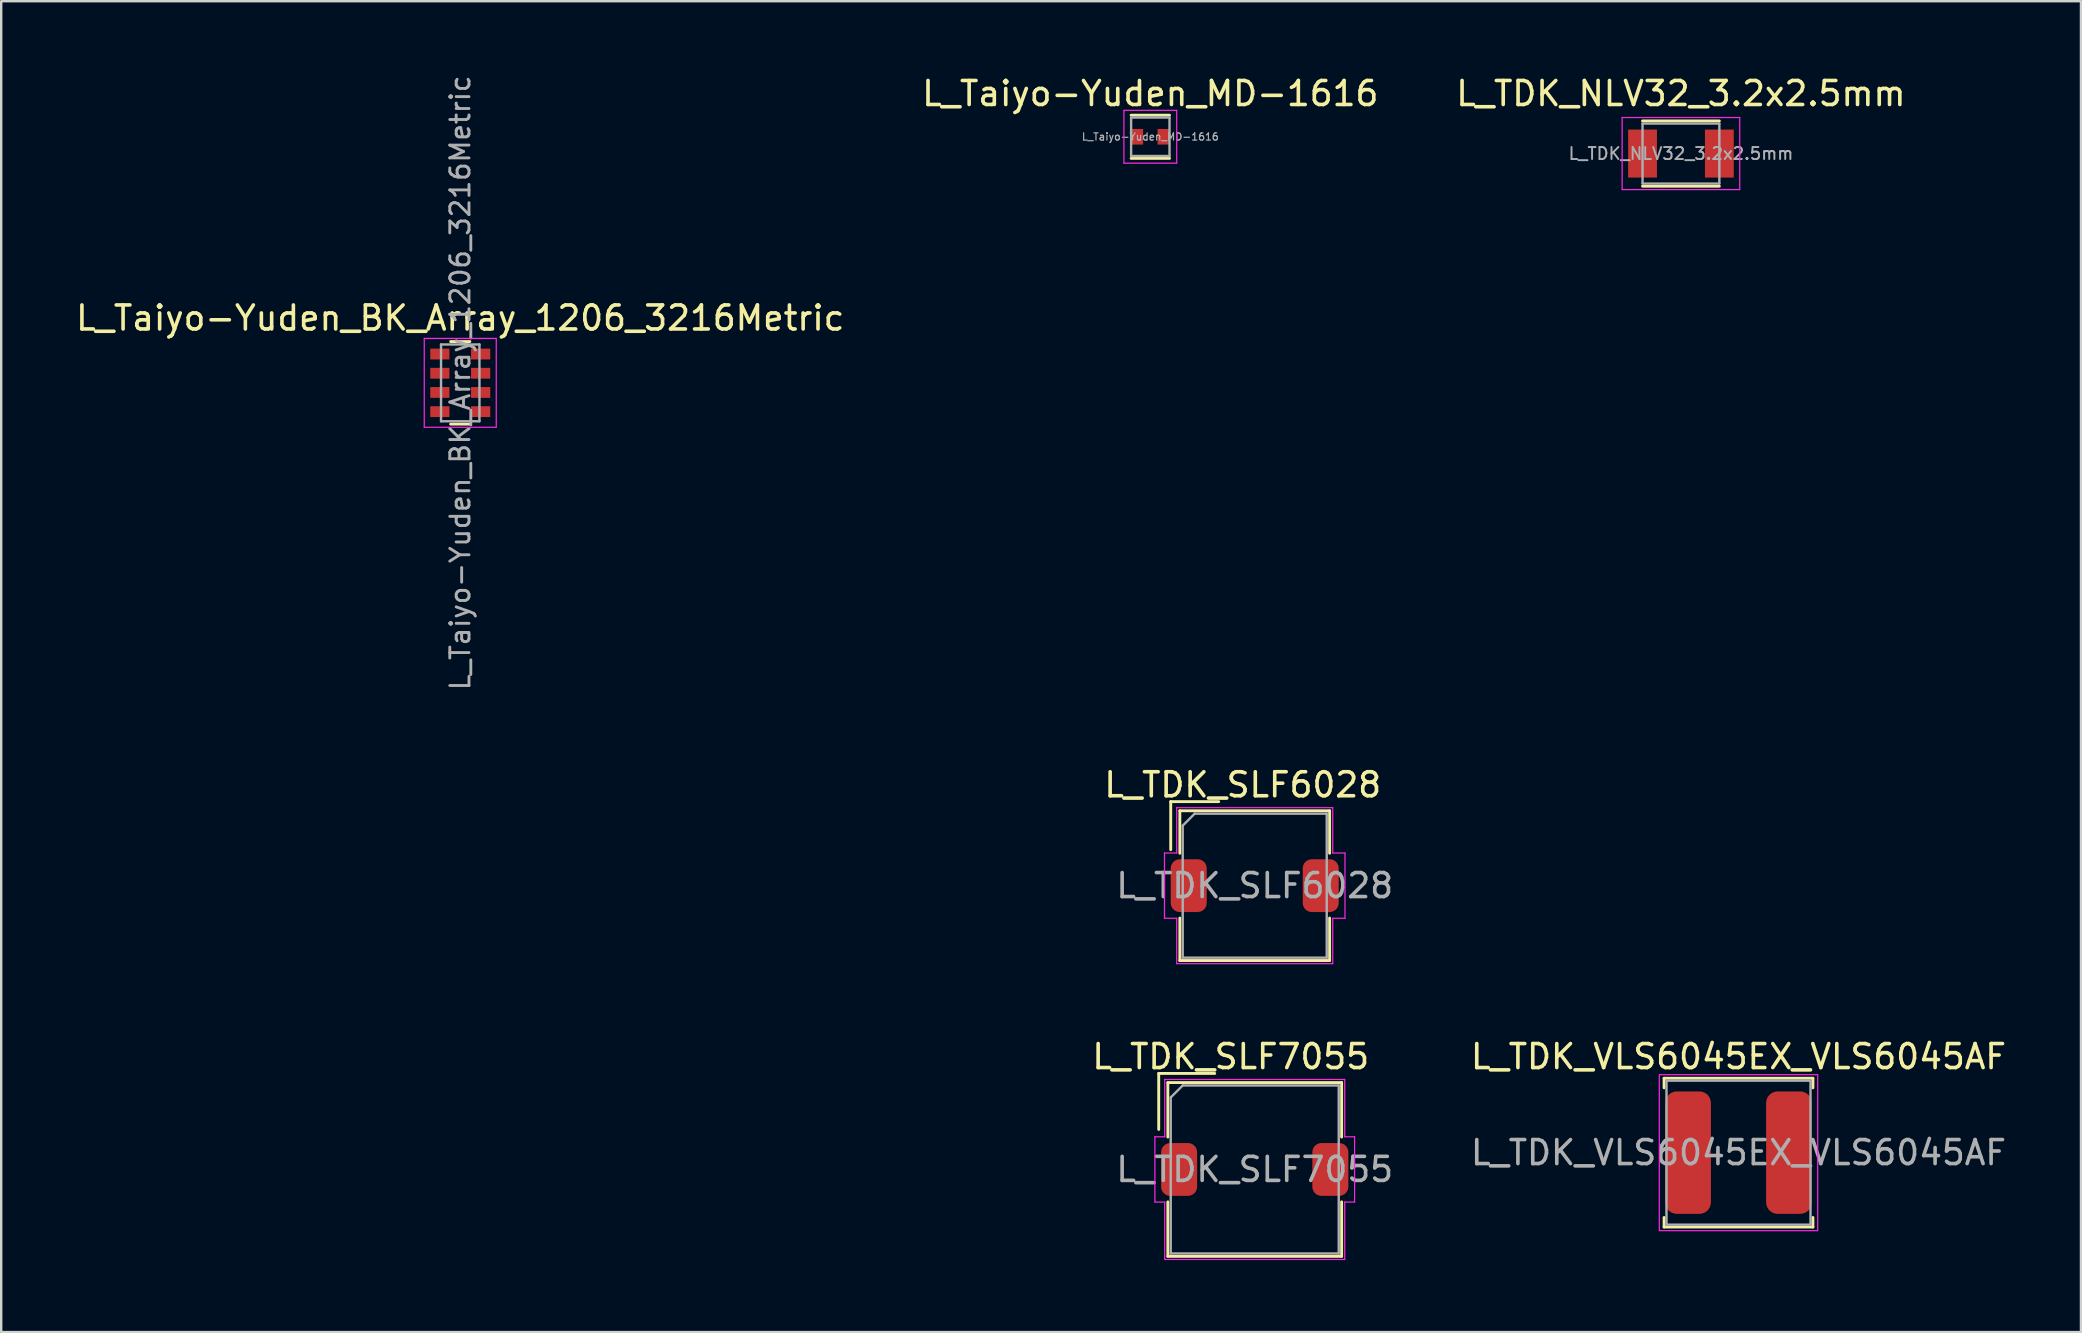
<source format=kicad_pcb>
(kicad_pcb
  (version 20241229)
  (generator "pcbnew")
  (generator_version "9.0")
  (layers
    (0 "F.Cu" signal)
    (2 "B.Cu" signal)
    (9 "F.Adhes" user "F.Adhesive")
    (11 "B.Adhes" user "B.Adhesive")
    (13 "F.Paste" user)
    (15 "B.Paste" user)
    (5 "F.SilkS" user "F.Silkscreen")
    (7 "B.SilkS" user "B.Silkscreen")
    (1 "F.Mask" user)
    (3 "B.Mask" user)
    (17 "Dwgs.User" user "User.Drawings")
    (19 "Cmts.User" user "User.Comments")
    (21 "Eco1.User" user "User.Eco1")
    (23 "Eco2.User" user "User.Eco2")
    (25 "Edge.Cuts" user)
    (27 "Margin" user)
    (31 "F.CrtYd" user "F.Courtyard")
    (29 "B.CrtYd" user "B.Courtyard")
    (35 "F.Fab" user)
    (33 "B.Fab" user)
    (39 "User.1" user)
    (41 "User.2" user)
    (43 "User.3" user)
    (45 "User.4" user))
  (footprint "L_TDK_NLV32_3.2x2.5mm"
    (layer "F.Cu")
    (at 66.982 3.348)
    (property "Reference" "L_TDK_NLV32_3.2x2.5mm" (at 0 -2.5 0) (layer "F.SilkS") (effects (font (size 1 1) (thickness 0.15))))
    (attr smd)
    (fp_line (start -1.6 -1.36) (end 1.6 -1.36) (stroke (width 0.12) (type solid)) (layer "F.SilkS"))
    (fp_line (start 1.6 1.36) (end -1.6 1.36) (stroke (width 0.12) (type solid)) (layer "F.SilkS"))
    (fp_line (start -2.45 -1.5) (end 2.45 -1.5) (stroke (width 0.05) (type solid)) (layer "F.CrtYd"))
    (fp_line (start -2.45 1.5) (end -2.45 -1.5) (stroke (width 0.05) (type solid)) (layer "F.CrtYd"))
    (fp_line (start 2.45 -1.5) (end 2.45 1.5) (stroke (width 0.05) (type solid)) (layer "F.CrtYd"))
    (fp_line (start 2.45 1.5) (end -2.45 1.5) (stroke (width 0.05) (type solid)) (layer "F.CrtYd"))
    (fp_line (start -1.6 -1.25) (end 1.6 -1.25) (stroke (width 0.1) (type solid)) (layer "F.Fab"))
    (fp_line (start -1.6 1.25) (end -1.6 -1.25) (stroke (width 0.1) (type solid)) (layer "F.Fab"))
    (fp_line (start 1.6 -1.25) (end 1.6 1.25) (stroke (width 0.1) (type solid)) (layer "F.Fab"))
    (fp_line (start 1.6 1.25) (end -1.6 1.25) (stroke (width 0.1) (type solid)) (layer "F.Fab"))
    (fp_text user "${REFERENCE}" (at 0 0 0) (layer "F.Fab") (effects (font (size 0.5 0.5) (thickness 0.08))))
    (pad "1" smd rect (at -1.6 0) (size 1.2 2) (layers "F.Cu" "F.Mask" "F.Paste"))
    (pad "2" smd rect (at 1.6 0) (size 1.2 2) (layers "F.Cu" "F.Mask" "F.Paste")))
  (footprint "L_TDK_SLF7055"
    (layer "F.Cu")
    (at 49.225 45.672)
    (property "Reference" "L_TDK_SLF7055" (at -1 -4.7 0) (layer "F.SilkS") (effects (font (size 1 1) (thickness 0.15))))
    (attr smd)
    (fp_line (start -4 -4) (end -1.667 -4) (stroke (width 0.12) (type solid)) (layer "F.SilkS"))
    (fp_line (start -4 -1.667) (end -4 -4) (stroke (width 0.12) (type solid)) (layer "F.SilkS"))
    (fp_line (start -3.62 -3.62) (end -3.62 -1.35) (stroke (width 0.12) (type solid)) (layer "F.SilkS"))
    (fp_line (start -3.62 -3.62) (end 3.62 -3.62) (stroke (width 0.12) (type solid)) (layer "F.SilkS"))
    (fp_line (start -3.62 1.35) (end -3.62 3.62) (stroke (width 0.12) (type solid)) (layer "F.SilkS"))
    (fp_line (start -3.62 3.62) (end 3.62 3.62) (stroke (width 0.12) (type solid)) (layer "F.SilkS"))
    (fp_line (start 3.62 -3.62) (end 3.62 -1.35) (stroke (width 0.12) (type solid)) (layer "F.SilkS"))
    (fp_line (start 3.62 1.35) (end 3.62 3.62) (stroke (width 0.12) (type solid)) (layer "F.SilkS"))
    (fp_line (start -4.16 -1.36) (end -4.16 1.36) (stroke (width 0.05) (type solid)) (layer "F.CrtYd"))
    (fp_line (start -4.16 1.36) (end -3.75 1.36) (stroke (width 0.05) (type solid)) (layer "F.CrtYd"))
    (fp_line (start -3.75 -3.75) (end -3.75 -1.36) (stroke (width 0.05) (type solid)) (layer "F.CrtYd"))
    (fp_line (start -3.75 -3.75) (end 3.75 -3.75) (stroke (width 0.05) (type solid)) (layer "F.CrtYd"))
    (fp_line (start -3.75 -1.36) (end -4.16 -1.36) (stroke (width 0.05) (type solid)) (layer "F.CrtYd"))
    (fp_line (start -3.75 1.36) (end -3.75 3.75) (stroke (width 0.05) (type solid)) (layer "F.CrtYd"))
    (fp_line (start -3.75 3.75) (end 3.75 3.75) (stroke (width 0.05) (type solid)) (layer "F.CrtYd"))
    (fp_line (start 3.75 -3.75) (end 3.75 -1.36) (stroke (width 0.05) (type solid)) (layer "F.CrtYd"))
    (fp_line (start 3.75 -1.36) (end 4.16 -1.36) (stroke (width 0.05) (type solid)) (layer "F.CrtYd"))
    (fp_line (start 3.75 1.36) (end 3.75 3.75) (stroke (width 0.05) (type solid)) (layer "F.CrtYd"))
    (fp_line (start 4.16 -1.36) (end 4.16 1.36) (stroke (width 0.05) (type solid)) (layer "F.CrtYd"))
    (fp_line (start 4.16 1.36) (end 3.75 1.36) (stroke (width 0.05) (type solid)) (layer "F.CrtYd"))
    (fp_line (start -3.5 -3) (end -3 -3.5) (stroke (width 0.1) (type solid)) (layer "F.Fab"))
    (fp_line (start -3.5 3.5) (end -3.5 -3) (stroke (width 0.1) (type solid)) (layer "F.Fab"))
    (fp_line (start -3 -3.5) (end 3.5 -3.5) (stroke (width 0.1) (type solid)) (layer "F.Fab"))
    (fp_line (start 3.5 -3.5) (end 3.5 3.5) (stroke (width 0.1) (type solid)) (layer "F.Fab"))
    (fp_line (start 3.5 3.5) (end -3.5 3.5) (stroke (width 0.1) (type solid)) (layer "F.Fab"))
    (fp_text user "" (at -49 0.05 0) (layer "F.SilkS") (effects (font (size 3 3) (thickness 0.15))))
    (fp_text user "${REFERENCE}" (at 0 0 0) (layer "F.Fab") (effects (font (size 1 1) (thickness 0.15))))
    (pad "1" smd roundrect (at -3.15 0) (size 1.5 2.2) (layers "F.Cu" "F.Mask" "F.Paste") (roundrect_rratio 0.25))
    (pad "2" smd roundrect (at 3.15 0) (size 1.5 2.2) (layers "F.Cu" "F.Mask" "F.Paste") (roundrect_rratio 0.25)))
  (footprint "L_TDK_SLF6028"
    (layer "F.Cu")
    (at 49.225 33.848)
    (property "Reference" "L_TDK_SLF6028" (at -0.5 -4.2 0) (layer "F.SilkS") (effects (font (size 1 1) (thickness 0.15))))
    (attr smd)
    (fp_line (start -3.5 -3.5) (end -1.5 -3.5) (stroke (width 0.12) (type solid)) (layer "F.SilkS"))
    (fp_line (start -3.5 -1.5) (end -3.5 -3.5) (stroke (width 0.12) (type solid)) (layer "F.SilkS"))
    (fp_line (start -3.12 -3.12) (end -3.12 -1.35) (stroke (width 0.12) (type solid)) (layer "F.SilkS"))
    (fp_line (start -3.12 -3.12) (end 3.12 -3.12) (stroke (width 0.12) (type solid)) (layer "F.SilkS"))
    (fp_line (start -3.12 1.35) (end -3.12 3.12) (stroke (width 0.12) (type solid)) (layer "F.SilkS"))
    (fp_line (start -3.12 3.12) (end 3.12 3.12) (stroke (width 0.12) (type solid)) (layer "F.SilkS"))
    (fp_line (start 3.12 -3.12) (end 3.12 -1.35) (stroke (width 0.12) (type solid)) (layer "F.SilkS"))
    (fp_line (start 3.12 1.35) (end 3.12 3.12) (stroke (width 0.12) (type solid)) (layer "F.SilkS"))
    (fp_line (start -3.76 -1.36) (end -3.76 1.36) (stroke (width 0.05) (type solid)) (layer "F.CrtYd"))
    (fp_line (start -3.76 1.36) (end -3.25 1.36) (stroke (width 0.05) (type solid)) (layer "F.CrtYd"))
    (fp_line (start -3.25 -3.25) (end -3.25 -1.36) (stroke (width 0.05) (type solid)) (layer "F.CrtYd"))
    (fp_line (start -3.25 -3.25) (end 3.25 -3.25) (stroke (width 0.05) (type solid)) (layer "F.CrtYd"))
    (fp_line (start -3.25 -1.36) (end -3.76 -1.36) (stroke (width 0.05) (type solid)) (layer "F.CrtYd"))
    (fp_line (start -3.25 1.36) (end -3.25 3.25) (stroke (width 0.05) (type solid)) (layer "F.CrtYd"))
    (fp_line (start -3.25 3.25) (end 3.25 3.25) (stroke (width 0.05) (type solid)) (layer "F.CrtYd"))
    (fp_line (start 3.25 -3.25) (end 3.25 -1.36) (stroke (width 0.05) (type solid)) (layer "F.CrtYd"))
    (fp_line (start 3.25 -1.36) (end 3.76 -1.36) (stroke (width 0.05) (type solid)) (layer "F.CrtYd"))
    (fp_line (start 3.25 1.36) (end 3.25 3.25) (stroke (width 0.05) (type solid)) (layer "F.CrtYd"))
    (fp_line (start 3.76 -1.36) (end 3.76 1.36) (stroke (width 0.05) (type solid)) (layer "F.CrtYd"))
    (fp_line (start 3.76 1.36) (end 3.25 1.36) (stroke (width 0.05) (type solid)) (layer "F.CrtYd"))
    (fp_line (start -3 -2.5) (end -2.5 -3) (stroke (width 0.1) (type solid)) (layer "F.Fab"))
    (fp_line (start -3 3) (end -3 -2.5) (stroke (width 0.1) (type solid)) (layer "F.Fab"))
    (fp_line (start -2.5 -3) (end 3 -3) (stroke (width 0.1) (type solid)) (layer "F.Fab"))
    (fp_line (start 3 -3) (end 3 3) (stroke (width 0.1) (type solid)) (layer "F.Fab"))
    (fp_line (start 3 3) (end -3 3) (stroke (width 0.1) (type solid)) (layer "F.Fab"))
    (fp_text user "" (at -49 0.05 0) (layer "F.SilkS") (effects (font (size 3 3) (thickness 0.15))))
    (fp_text user "${REFERENCE}" (at 0 0 0) (layer "F.Fab") (effects (font (size 1 1) (thickness 0.15))))
    (pad "1" smd roundrect (at -2.75 0) (size 1.5 2.2) (layers "F.Cu" "F.Mask" "F.Paste") (roundrect_rratio 0.25))
    (pad "2" smd roundrect (at 2.75 0) (size 1.5 2.2) (layers "F.Cu" "F.Mask" "F.Paste") (roundrect_rratio 0.25)))
  (footprint "L_TDK_VLS6045EX_VLS6045AF"
    (layer "F.Cu")
    (at 69.38 44.972)
    (property "Reference" "L_TDK_VLS6045EX_VLS6045AF" (at 0 -4 0) (unlocked yes) (layer "F.SilkS") (effects (font (size 1 1) (thickness 0.15))))
    (attr smd)
    (fp_line (start -3.1 -3.1) (end -3.1 -2.7) (stroke (width 0.12) (type solid)) (layer "F.SilkS"))
    (fp_line (start -3.1 -3.1) (end 3.1 -3.1) (stroke (width 0.12) (type solid)) (layer "F.SilkS"))
    (fp_line (start -3.1 3.1) (end -3.1 2.7) (stroke (width 0.12) (type solid)) (layer "F.SilkS"))
    (fp_line (start -3.1 3.1) (end 3.1 3.1) (stroke (width 0.12) (type solid)) (layer "F.SilkS"))
    (fp_line (start 3.1 -3.1) (end 3.1 -2.7) (stroke (width 0.12) (type solid)) (layer "F.SilkS"))
    (fp_line (start 3.1 3.1) (end 3.1 2.7) (stroke (width 0.12) (type solid)) (layer "F.SilkS"))
    (fp_rect (start -3.3 -3.25) (end 3.3 3.25) (stroke (width 0.05) (type solid)) (fill no) (layer "F.CrtYd"))
    (fp_rect (start -3 -3) (end 3 3) (stroke (width 0.1) (type solid)) (fill no) (layer "F.Fab"))
    (fp_text user "${REFERENCE}" (at 0 0 0) (unlocked yes) (layer "F.Fab") (effects (font (size 1 1) (thickness 0.15))))
    (pad "1" smd roundrect (at -2.1 0) (size 1.9 5.1) (layers "F.Cu" "F.Mask" "F.Paste") (roundrect_rratio 0.25))
    (pad "2" smd roundrect (at 2.1 0) (size 1.9 5.1) (layers "F.Cu" "F.Mask" "F.Paste") (roundrect_rratio 0.25)))
  (footprint "L_Taiyo-Yuden_BK_Array_1206_3216Metric"
    (layer "F.Cu")
    (at 16.125 12.9)
    (property "Reference" "L_Taiyo-Yuden_BK_Array_1206_3216Metric" (at 0 -2.7 0) (layer "F.SilkS") (effects (font (size 1 1) (thickness 0.15))))
    (attr smd)
    (fp_line (start -0.4 -1.72) (end 0.4 -1.72) (stroke (width 0.12) (type solid)) (layer "F.SilkS"))
    (fp_line (start -0.4 1.72) (end 0.4 1.72) (stroke (width 0.12) (type solid)) (layer "F.SilkS"))
    (fp_line (start -1.5 -1.85) (end 1.5 -1.85) (stroke (width 0.05) (type solid)) (layer "F.CrtYd"))
    (fp_line (start -1.5 1.85) (end -1.5 -1.85) (stroke (width 0.05) (type solid)) (layer "F.CrtYd"))
    (fp_line (start 1.5 -1.85) (end 1.5 1.85) (stroke (width 0.05) (type solid)) (layer "F.CrtYd"))
    (fp_line (start 1.5 1.85) (end -1.5 1.85) (stroke (width 0.05) (type solid)) (layer "F.CrtYd"))
    (fp_line (start -0.8 -1.6) (end 0.8 -1.6) (stroke (width 0.1) (type solid)) (layer "F.Fab"))
    (fp_line (start -0.8 1.6) (end -0.8 -1.6) (stroke (width 0.1) (type solid)) (layer "F.Fab"))
    (fp_line (start 0.8 -1.6) (end 0.8 1.6) (stroke (width 0.1) (type solid)) (layer "F.Fab"))
    (fp_line (start 0.8 1.6) (end -0.8 1.6) (stroke (width 0.1) (type solid)) (layer "F.Fab"))
    (fp_text user "${REFERENCE}" (at 0 0 90) (layer "F.Fab") (effects (font (size 0.8 0.8) (thickness 0.12))))
    (pad "1" smd rect (at -0.85 -1.2) (size 0.8 0.45) (layers "F.Cu" "F.Mask" "F.Paste"))
    (pad "2" smd rect (at -0.85 -0.4) (size 0.8 0.45) (layers "F.Cu" "F.Mask" "F.Paste"))
    (pad "3" smd rect (at -0.85 0.4) (size 0.8 0.45) (layers "F.Cu" "F.Mask" "F.Paste"))
    (pad "4" smd rect (at -0.85 1.2) (size 0.8 0.45) (layers "F.Cu" "F.Mask" "F.Paste"))
    (pad "5" smd rect (at 0.85 1.2) (size 0.8 0.45) (layers "F.Cu" "F.Mask" "F.Paste"))
    (pad "6" smd rect (at 0.85 0.4) (size 0.8 0.45) (layers "F.Cu" "F.Mask" "F.Paste"))
    (pad "7" smd rect (at 0.85 -0.4) (size 0.8 0.45) (layers "F.Cu" "F.Mask" "F.Paste"))
    (pad "8" smd rect (at 0.85 -1.2) (size 0.8 0.45) (layers "F.Cu" "F.Mask" "F.Paste")))
  (footprint "L_Taiyo-Yuden_MD-1616"
    (layer "F.Cu")
    (at 44.875 2.648)
    (property "Reference" "L_Taiyo-Yuden_MD-1616" (at 0 -1.8 0) (layer "F.SilkS") (effects (font (size 1 1) (thickness 0.15))))
    (attr smd)
    (fp_line (start -0.8 -0.9) (end 0.8 -0.9) (stroke (width 0.12) (type solid)) (layer "F.SilkS"))
    (fp_line (start -0.8 0.9) (end 0.8 0.9) (stroke (width 0.12) (type solid)) (layer "F.SilkS"))
    (fp_line (start -1.1 -1.1) (end -1.1 1.1) (stroke (width 0.05) (type solid)) (layer "F.CrtYd"))
    (fp_line (start -1.1 1.1) (end 1.1 1.1) (stroke (width 0.05) (type solid)) (layer "F.CrtYd"))
    (fp_line (start 1.1 -1.1) (end -1.1 -1.1) (stroke (width 0.05) (type solid)) (layer "F.CrtYd"))
    (fp_line (start 1.1 1.1) (end 1.1 -1.1) (stroke (width 0.05) (type solid)) (layer "F.CrtYd"))
    (fp_line (start -0.8 -0.8) (end -0.8 0.8) (stroke (width 0.1) (type solid)) (layer "F.Fab"))
    (fp_line (start -0.8 0.8) (end 0.8 0.8) (stroke (width 0.1) (type solid)) (layer "F.Fab"))
    (fp_line (start 0.8 -0.8) (end -0.8 -0.8) (stroke (width 0.1) (type solid)) (layer "F.Fab"))
    (fp_line (start 0.8 0.8) (end 0.8 -0.8) (stroke (width 0.1) (type solid)) (layer "F.Fab"))
    (fp_text user "${REFERENCE}" (at 0 0 0) (layer "F.Fab") (effects (font (size 0.3 0.3) (thickness 0.05))))
    (pad "1" smd rect (at -0.55 0) (size 0.5 0.65) (layers "F.Cu" "F.Mask" "F.Paste"))
    (pad "2" smd rect (at 0.55 0) (size 0.5 0.65) (layers "F.Cu" "F.Mask" "F.Paste")))
  (gr_rect
    (start -3 -3)
    (end 83.648 52.447)
    (stroke (width 0.1) (type default))
    (fill no)
    (layer "Edge.Cuts")))
</source>
